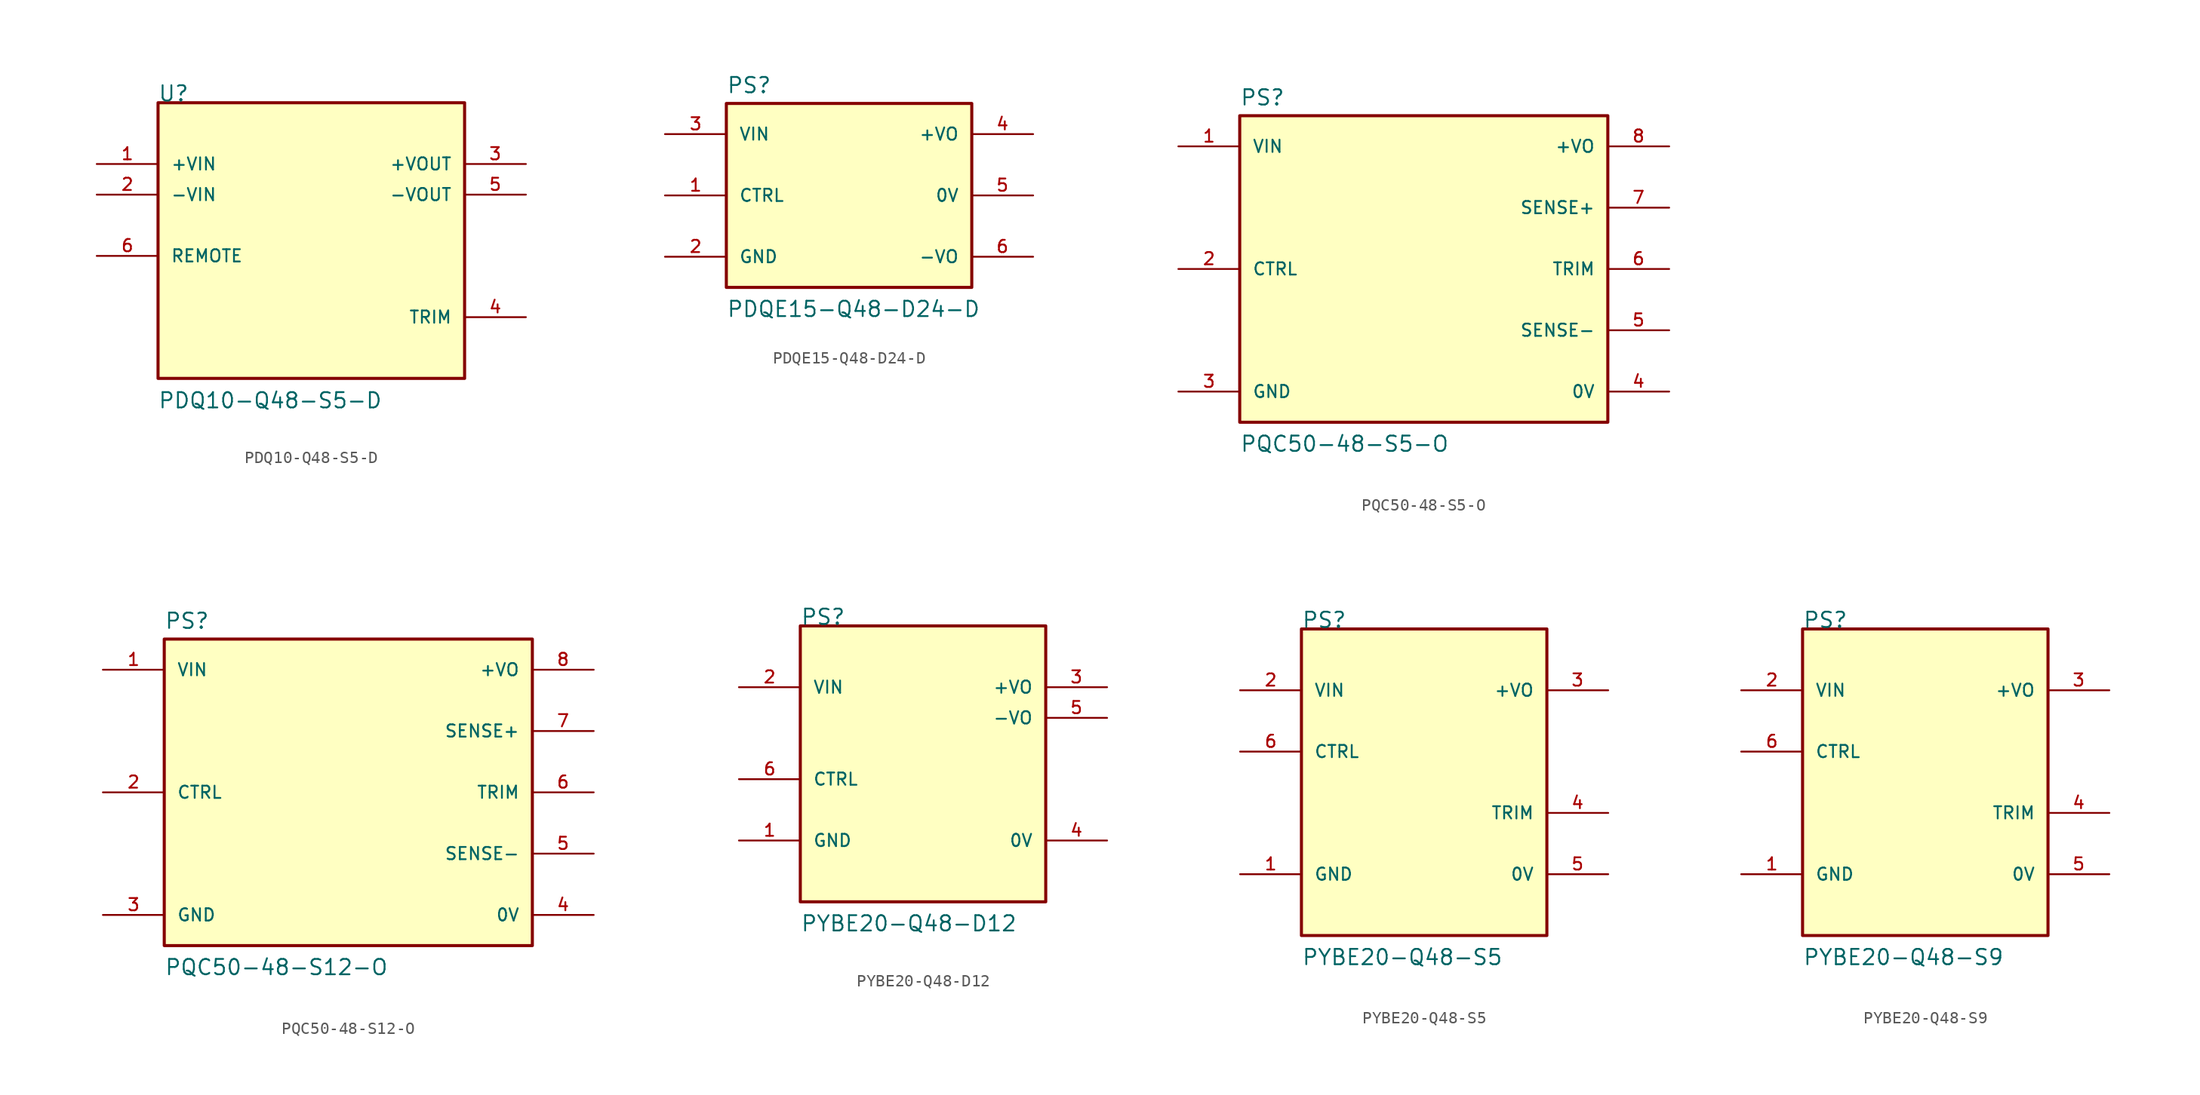
<source format=kicad_sym>
(kicad_symbol_lib
  (version 20231120)
  (generator "kicad_symbol_editor")
  (generator_version "8.0")
  (symbol "PDQ10-Q48-S5-D"
    (pin_names
      (offset 1.016))
    (property "Reference" "U"
      (at -12.725 10.18 0)
      (effects (font (size 1.27 1.27)) (justify left bottom)))
    (property "Value" "PDQ10-Q48-S5-D"
      (at -12.725 -15.27 0)
      (effects (font (size 1.27 1.27)) (justify left bottom)))
    (symbol "PDQ10-Q48-S5-D_0_0"
      (rectangle (start -12.7 -12.7) (end 12.7 10.16) (stroke (width 0.254) (type default)) (fill (type background)))
      (pin input line (at -17.78 5.08 0) (length 5.08) (name "+VIN" (effects (font (size 1.016 1.016)))) (number "1" (effects (font (size 1.016 1.016)))))
      (pin input line (at -17.78 2.54 0) (length 5.08) (name "-VIN" (effects (font (size 1.016 1.016)))) (number "2" (effects (font (size 1.016 1.016)))))
      (pin output line (at 17.78 5.08 180) (length 5.08) (name "+VOUT" (effects (font (size 1.016 1.016)))) (number "3" (effects (font (size 1.016 1.016)))))
      (pin passive line (at 17.78 -7.62 180) (length 5.08) (name "TRIM" (effects (font (size 1.016 1.016)))) (number "4" (effects (font (size 1.016 1.016)))))
      (pin output line (at 17.78 2.54 180) (length 5.08) (name "-VOUT" (effects (font (size 1.016 1.016)))) (number "5" (effects (font (size 1.016 1.016)))))
      (pin input line (at -17.78 -2.54 0) (length 5.08) (name "REMOTE" (effects (font (size 1.016 1.016)))) (number "6" (effects (font (size 1.016 1.016)))))))
  (symbol "PDQE15-Q48-D24-D"
    (pin_names
      (offset 1.016))
    (property "Reference" "PS"
      (at -10.16 8.382 0)
      (effects (font (size 1.27 1.27)) (justify left bottom)))
    (property "Value" "PDQE15-Q48-D24-D"
      (at -10.16 -10.16 0)
      (effects (font (size 1.27 1.27)) (justify left bottom)))
    (symbol "PDQE15-Q48-D24-D_0_0"
      (rectangle (start -10.16 -7.62) (end 10.16 7.62) (stroke (width 0.254) (type default)) (fill (type background)))
      (pin input line (at -15.24 0 0) (length 5.08) (name "CTRL" (effects (font (size 1.016 1.016)))) (number "1" (effects (font (size 1.016 1.016)))))
      (pin power_in line (at -15.24 -5.08 0) (length 5.08) (name "GND" (effects (font (size 1.016 1.016)))) (number "2" (effects (font (size 1.016 1.016)))))
      (pin input line (at -15.24 5.08 0) (length 5.08) (name "VIN" (effects (font (size 1.016 1.016)))) (number "3" (effects (font (size 1.016 1.016)))))
      (pin output line (at 15.24 5.08 180) (length 5.08) (name "+VO" (effects (font (size 1.016 1.016)))) (number "4" (effects (font (size 1.016 1.016)))))
      (pin output line (at 15.24 0 180) (length 5.08) (name "0V" (effects (font (size 1.016 1.016)))) (number "5" (effects (font (size 1.016 1.016)))))
      (pin output line (at 15.24 -5.08 180) (length 5.08) (name "-VO" (effects (font (size 1.016 1.016)))) (number "6" (effects (font (size 1.016 1.016)))))))
  (symbol "PQC50-48-S5-O"
    (pin_names
      (offset 1.016))
    (property "Reference" "PS"
      (at -15.24 13.462 0)
      (effects (font (size 1.27 1.27)) (justify left bottom)))
    (property "Value" "PQC50-48-S5-O"
      (at -15.24 -15.24 0)
      (effects (font (size 1.27 1.27)) (justify left bottom)))
    (symbol "PQC50-48-S5-O_0_0"
      (rectangle (start -15.24 12.7) (end 15.24 -12.7) (stroke (width 0.254) (type default)) (fill (type background)))
      (pin input line (at -20.32 10.16 0) (length 5.08) (name "VIN" (effects (font (size 1.016 1.016)))) (number "1" (effects (font (size 1.016 1.016)))))
      (pin input line (at -20.32 0 0) (length 5.08) (name "CTRL" (effects (font (size 1.016 1.016)))) (number "2" (effects (font (size 1.016 1.016)))))
      (pin power_in line (at -20.32 -10.16 0) (length 5.08) (name "GND" (effects (font (size 1.016 1.016)))) (number "3" (effects (font (size 1.016 1.016)))))
      (pin power_in line (at 20.32 -10.16 180) (length 5.08) (name "0V" (effects (font (size 1.016 1.016)))) (number "4" (effects (font (size 1.016 1.016)))))
      (pin passive line (at 20.32 -5.08 180) (length 5.08) (name "SENSE-" (effects (font (size 1.016 1.016)))) (number "5" (effects (font (size 1.016 1.016)))))
      (pin passive line (at 20.32 0 180) (length 5.08) (name "TRIM" (effects (font (size 1.016 1.016)))) (number "6" (effects (font (size 1.016 1.016)))))
      (pin passive line (at 20.32 5.08 180) (length 5.08) (name "SENSE+" (effects (font (size 1.016 1.016)))) (number "7" (effects (font (size 1.016 1.016)))))
      (pin power_in line (at 20.32 10.16 180) (length 5.08) (name "+VO" (effects (font (size 1.016 1.016)))) (number "8" (effects (font (size 1.016 1.016)))))))
  (symbol "PQC50-48-S12-O"
    (pin_names
      (offset 1.016))
    (property "Reference" "PS"
      (at -15.24 13.462 0)
      (effects (font (size 1.27 1.27)) (justify left bottom)))
    (property "Value" "PQC50-48-S12-O"
      (at -15.24 -15.24 0)
      (effects (font (size 1.27 1.27)) (justify left bottom)))
    (symbol "PQC50-48-S12-O_0_0"
      (rectangle (start -15.24 -12.7) (end 15.24 12.7) (stroke (width 0.254) (type default)) (fill (type background)))
      (pin input line (at -20.32 10.16 0) (length 5.08) (name "VIN" (effects (font (size 1.016 1.016)))) (number "1" (effects (font (size 1.016 1.016)))))
      (pin input line (at -20.32 0 0) (length 5.08) (name "CTRL" (effects (font (size 1.016 1.016)))) (number "2" (effects (font (size 1.016 1.016)))))
      (pin power_in line (at -20.32 -10.16 0) (length 5.08) (name "GND" (effects (font (size 1.016 1.016)))) (number "3" (effects (font (size 1.016 1.016)))))
      (pin power_in line (at 20.32 -10.16 180) (length 5.08) (name "0V" (effects (font (size 1.016 1.016)))) (number "4" (effects (font (size 1.016 1.016)))))
      (pin passive line (at 20.32 -5.08 180) (length 5.08) (name "SENSE-" (effects (font (size 1.016 1.016)))) (number "5" (effects (font (size 1.016 1.016)))))
      (pin passive line (at 20.32 0 180) (length 5.08) (name "TRIM" (effects (font (size 1.016 1.016)))) (number "6" (effects (font (size 1.016 1.016)))))
      (pin passive line (at 20.32 5.08 180) (length 5.08) (name "SENSE+" (effects (font (size 1.016 1.016)))) (number "7" (effects (font (size 1.016 1.016)))))
      (pin power_in line (at 20.32 10.16 180) (length 5.08) (name "+VO" (effects (font (size 1.016 1.016)))) (number "8" (effects (font (size 1.016 1.016)))))))
  (symbol "PYBE20-Q48-D12"
    (pin_names
      (offset 1.016))
    (property "Reference" "PS"
      (at -10.16 10.16 0)
      (effects (font (size 1.27 1.27)) (justify left bottom)))
    (property "Value" "PYBE20-Q48-D12"
      (at -10.16 -15.24 0)
      (effects (font (size 1.27 1.27)) (justify left bottom)))
    (symbol "PYBE20-Q48-D12_0_0"
      (rectangle (start -10.16 -12.7) (end 10.16 10.16) (stroke (width 0.254) (type default)) (fill (type background)))
      (pin power_in line (at -15.24 -7.62 0) (length 5.08) (name "GND" (effects (font (size 1.016 1.016)))) (number "1" (effects (font (size 1.016 1.016)))))
      (pin input line (at -15.24 5.08 0) (length 5.08) (name "VIN" (effects (font (size 1.016 1.016)))) (number "2" (effects (font (size 1.016 1.016)))))
      (pin output line (at 15.24 5.08 180) (length 5.08) (name "+VO" (effects (font (size 1.016 1.016)))) (number "3" (effects (font (size 1.016 1.016)))))
      (pin power_in line (at 15.24 -7.62 180) (length 5.08) (name "0V" (effects (font (size 1.016 1.016)))) (number "4" (effects (font (size 1.016 1.016)))))
      (pin output line (at 15.24 2.54 180) (length 5.08) (name "-VO" (effects (font (size 1.016 1.016)))) (number "5" (effects (font (size 1.016 1.016)))))
      (pin input line (at -15.24 -2.54 0) (length 5.08) (name "CTRL" (effects (font (size 1.016 1.016)))) (number "6" (effects (font (size 1.016 1.016)))))))
  (symbol "PYBE20-Q48-S5"
    (pin_names
      (offset 1.016))
    (property "Reference" "PS"
      (at -10.16 12.7 0)
      (effects (font (size 1.27 1.27)) (justify left bottom)))
    (property "Value" "PYBE20-Q48-S5"
      (at -10.16 -15.24 0)
      (effects (font (size 1.27 1.27)) (justify left bottom)))
    (symbol "PYBE20-Q48-S5_0_0"
      (rectangle (start -10.16 -12.7) (end 10.16 12.7) (stroke (width 0.254) (type default)) (fill (type background)))
      (pin power_in line (at -15.24 -7.62 0) (length 5.08) (name "GND" (effects (font (size 1.016 1.016)))) (number "1" (effects (font (size 1.016 1.016)))))
      (pin input line (at -15.24 7.62 0) (length 5.08) (name "VIN" (effects (font (size 1.016 1.016)))) (number "2" (effects (font (size 1.016 1.016)))))
      (pin output line (at 15.24 7.62 180) (length 5.08) (name "+VO" (effects (font (size 1.016 1.016)))) (number "3" (effects (font (size 1.016 1.016)))))
      (pin input line (at 15.24 -2.54 180) (length 5.08) (name "TRIM" (effects (font (size 1.016 1.016)))) (number "4" (effects (font (size 1.016 1.016)))))
      (pin power_in line (at 15.24 -7.62 180) (length 5.08) (name "0V" (effects (font (size 1.016 1.016)))) (number "5" (effects (font (size 1.016 1.016)))))
      (pin input line (at -15.24 2.54 0) (length 5.08) (name "CTRL" (effects (font (size 1.016 1.016)))) (number "6" (effects (font (size 1.016 1.016)))))))
  (symbol "PYBE20-Q48-S9"
    (pin_names
      (offset 1.016))
    (property "Reference" "PS"
      (at -10.16 12.7 0)
      (effects (font (size 1.27 1.27)) (justify left bottom)))
    (property "Value" "PYBE20-Q48-S9"
      (at -10.16 -15.24 0)
      (effects (font (size 1.27 1.27)) (justify left bottom)))
    (symbol "PYBE20-Q48-S9_0_0"
      (rectangle (start -10.16 -12.7) (end 10.16 12.7) (stroke (width 0.254) (type default)) (fill (type background)))
      (pin power_in line (at -15.24 -7.62 0) (length 5.08) (name "GND" (effects (font (size 1.016 1.016)))) (number "1" (effects (font (size 1.016 1.016)))))
      (pin input line (at -15.24 7.62 0) (length 5.08) (name "VIN" (effects (font (size 1.016 1.016)))) (number "2" (effects (font (size 1.016 1.016)))))
      (pin output line (at 15.24 7.62 180) (length 5.08) (name "+VO" (effects (font (size 1.016 1.016)))) (number "3" (effects (font (size 1.016 1.016)))))
      (pin input line (at 15.24 -2.54 180) (length 5.08) (name "TRIM" (effects (font (size 1.016 1.016)))) (number "4" (effects (font (size 1.016 1.016)))))
      (pin power_in line (at 15.24 -7.62 180) (length 5.08) (name "0V" (effects (font (size 1.016 1.016)))) (number "5" (effects (font (size 1.016 1.016)))))
      (pin input line (at -15.24 2.54 0) (length 5.08) (name "CTRL" (effects (font (size 1.016 1.016)))) (number "6" (effects (font (size 1.016 1.016))))))))
</source>
